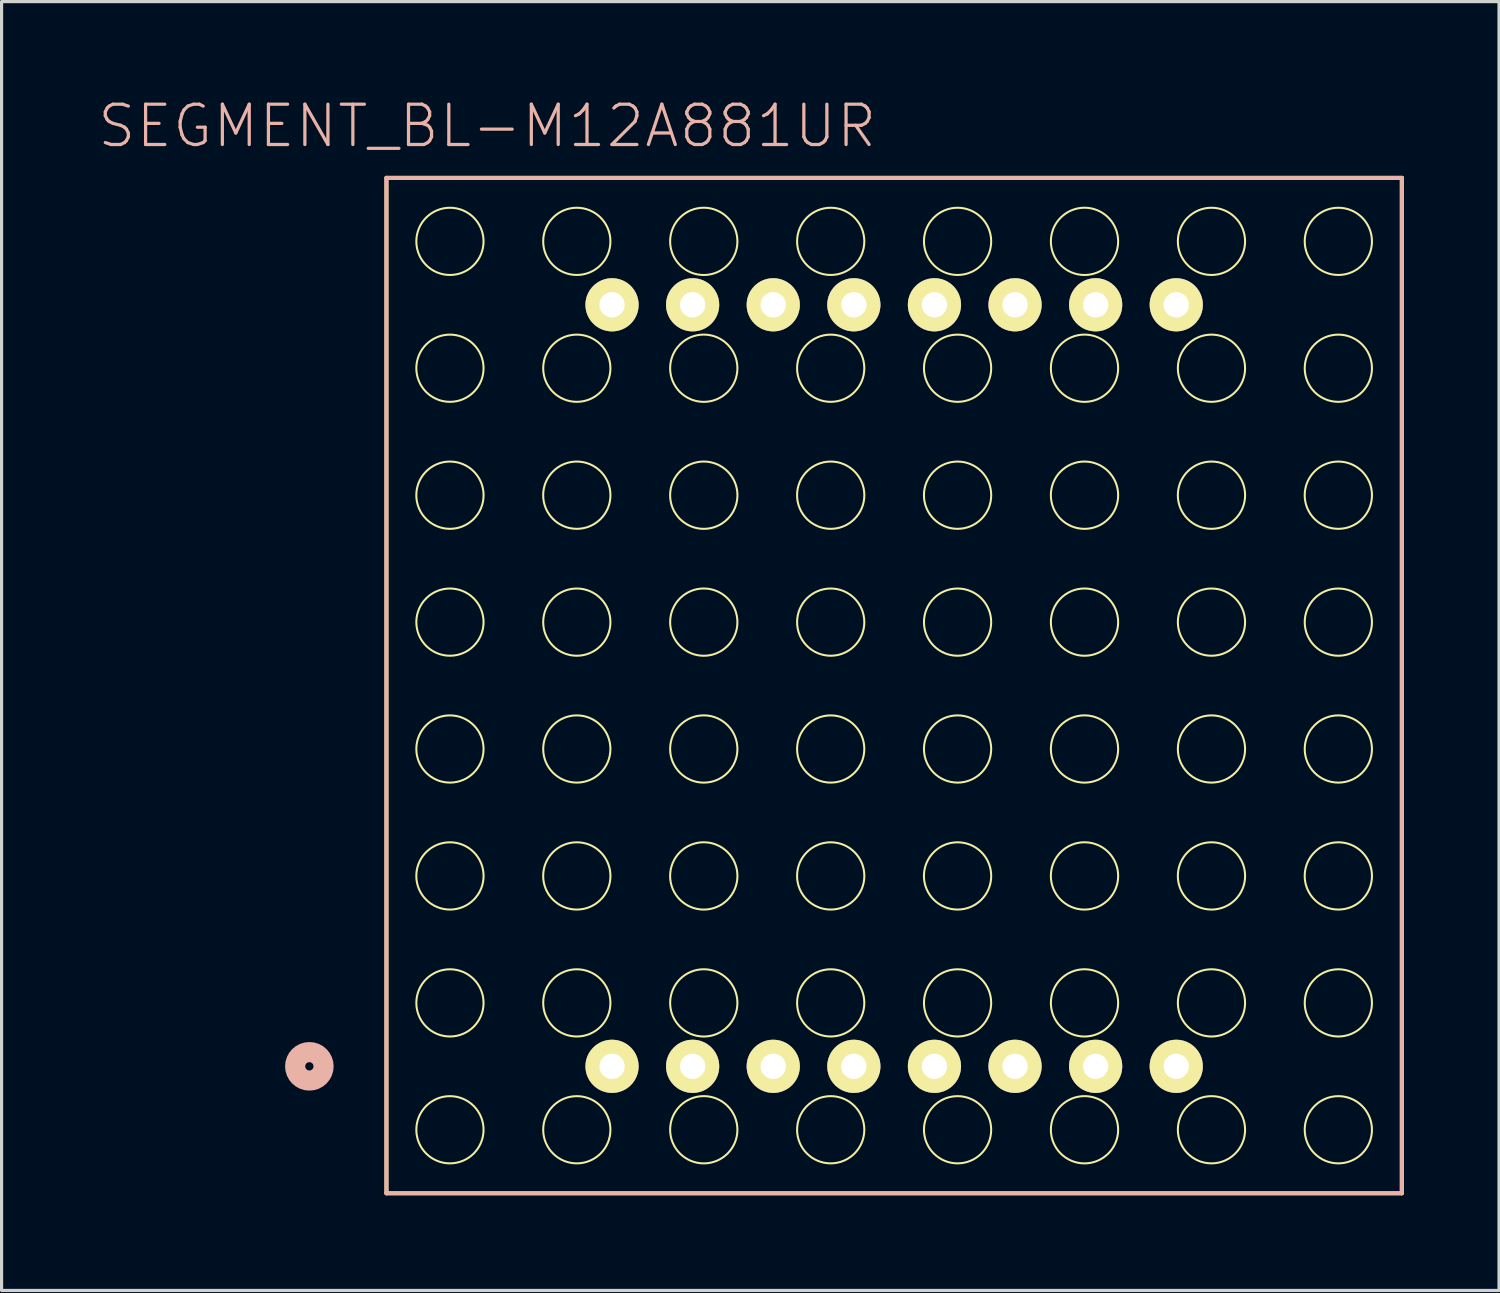
<source format=kicad_pcb>
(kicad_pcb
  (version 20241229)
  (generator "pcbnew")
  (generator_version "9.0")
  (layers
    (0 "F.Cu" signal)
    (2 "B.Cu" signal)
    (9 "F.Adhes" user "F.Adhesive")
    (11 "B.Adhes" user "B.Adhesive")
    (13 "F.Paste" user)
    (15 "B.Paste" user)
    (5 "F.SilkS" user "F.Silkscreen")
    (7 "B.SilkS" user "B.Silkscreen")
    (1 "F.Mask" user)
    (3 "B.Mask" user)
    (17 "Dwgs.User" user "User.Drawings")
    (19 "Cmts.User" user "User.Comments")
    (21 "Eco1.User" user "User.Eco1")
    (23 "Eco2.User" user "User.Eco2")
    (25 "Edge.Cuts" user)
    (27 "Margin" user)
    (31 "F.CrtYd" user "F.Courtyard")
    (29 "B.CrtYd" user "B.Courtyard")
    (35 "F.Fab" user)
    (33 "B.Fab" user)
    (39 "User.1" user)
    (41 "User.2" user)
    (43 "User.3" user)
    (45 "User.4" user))
  (footprint "SEGMENT_BL-M12A881UR"
    (layer "F.Cu")
    (at 25.127 18.554)
    (property "Reference" "SEGMENT_BL-M12A881UR" (at -12.824 -17.633 0) (layer "B.SilkS") (effects (font (size 1.27 1.27) (thickness 0.102))))
    (attr exclude_from_pos_files exclude_from_bom)
    (fp_line (start -15.999 -15.999) (end 15.999 -15.999) (stroke (width 0.127) (type solid)) (layer "F.SilkS"))
    (fp_line (start -15.999 15.999) (end -15.999 -15.999) (stroke (width 0.127) (type solid)) (layer "F.SilkS"))
    (fp_line (start 15.999 -15.999) (end 15.999 15.999) (stroke (width 0.127) (type solid)) (layer "F.SilkS"))
    (fp_line (start 15.999 15.999) (end -15.999 15.999) (stroke (width 0.127) (type solid)) (layer "F.SilkS"))
    (fp_circle (center -13.998 -13.998) (end -14.747 -14.747) (stroke (width 0.064) (type solid)) (fill no) (layer "F.SilkS"))
    (fp_circle (center -13.998 -10) (end -14.747 -10.749) (stroke (width 0.064) (type solid)) (fill no) (layer "F.SilkS"))
    (fp_circle (center -13.998 -5.999) (end -14.747 -6.749) (stroke (width 0.064) (type solid)) (fill no) (layer "F.SilkS"))
    (fp_circle (center -13.998 -1.999) (end -14.747 -2.748) (stroke (width 0.064) (type solid)) (fill no) (layer "F.SilkS"))
    (fp_circle (center -13.998 1.999) (end -14.747 2.748) (stroke (width 0.064) (type solid)) (fill no) (layer "F.SilkS"))
    (fp_circle (center -13.998 5.999) (end -14.747 6.749) (stroke (width 0.064) (type solid)) (fill no) (layer "F.SilkS"))
    (fp_circle (center -13.998 10) (end -14.747 10.749) (stroke (width 0.064) (type solid)) (fill no) (layer "F.SilkS"))
    (fp_circle (center -13.998 13.998) (end -14.747 14.747) (stroke (width 0.064) (type solid)) (fill no) (layer "F.SilkS"))
    (fp_circle (center -10 -13.998) (end -10.749 -14.747) (stroke (width 0.064) (type solid)) (fill no) (layer "F.SilkS"))
    (fp_circle (center -10 -10) (end -10.749 -10.749) (stroke (width 0.064) (type solid)) (fill no) (layer "F.SilkS"))
    (fp_circle (center -10 -5.999) (end -10.749 -6.749) (stroke (width 0.064) (type solid)) (fill no) (layer "F.SilkS"))
    (fp_circle (center -10 -1.999) (end -10.749 -2.748) (stroke (width 0.064) (type solid)) (fill no) (layer "F.SilkS"))
    (fp_circle (center -10 1.999) (end -10.749 2.748) (stroke (width 0.064) (type solid)) (fill no) (layer "F.SilkS"))
    (fp_circle (center -10 5.999) (end -10.749 6.749) (stroke (width 0.064) (type solid)) (fill no) (layer "F.SilkS"))
    (fp_circle (center -10 10) (end -10.749 10.749) (stroke (width 0.064) (type solid)) (fill no) (layer "F.SilkS"))
    (fp_circle (center -10 13.998) (end -10.749 14.747) (stroke (width 0.064) (type solid)) (fill no) (layer "F.SilkS"))
    (fp_circle (center -5.999 -13.998) (end -6.749 -14.747) (stroke (width 0.064) (type solid)) (fill no) (layer "F.SilkS"))
    (fp_circle (center -5.999 -10) (end -6.749 -10.749) (stroke (width 0.064) (type solid)) (fill no) (layer "F.SilkS"))
    (fp_circle (center -5.999 -5.999) (end -6.749 -6.749) (stroke (width 0.064) (type solid)) (fill no) (layer "F.SilkS"))
    (fp_circle (center -5.999 -1.999) (end -6.749 -2.748) (stroke (width 0.064) (type solid)) (fill no) (layer "F.SilkS"))
    (fp_circle (center -5.999 1.999) (end -6.749 2.748) (stroke (width 0.064) (type solid)) (fill no) (layer "F.SilkS"))
    (fp_circle (center -5.999 5.999) (end -6.749 6.749) (stroke (width 0.064) (type solid)) (fill no) (layer "F.SilkS"))
    (fp_circle (center -5.999 10) (end -6.749 10.749) (stroke (width 0.064) (type solid)) (fill no) (layer "F.SilkS"))
    (fp_circle (center -5.999 13.998) (end -6.749 14.747) (stroke (width 0.064) (type solid)) (fill no) (layer "F.SilkS"))
    (fp_circle (center -1.999 -13.998) (end -2.748 -14.747) (stroke (width 0.064) (type solid)) (fill no) (layer "F.SilkS"))
    (fp_circle (center -1.999 -10) (end -2.748 -10.749) (stroke (width 0.064) (type solid)) (fill no) (layer "F.SilkS"))
    (fp_circle (center -1.999 -5.999) (end -2.748 -6.749) (stroke (width 0.064) (type solid)) (fill no) (layer "F.SilkS"))
    (fp_circle (center -1.999 -1.999) (end -2.748 -2.748) (stroke (width 0.064) (type solid)) (fill no) (layer "F.SilkS"))
    (fp_circle (center -1.999 1.999) (end -2.748 2.748) (stroke (width 0.064) (type solid)) (fill no) (layer "F.SilkS"))
    (fp_circle (center -1.999 5.999) (end -2.748 6.749) (stroke (width 0.064) (type solid)) (fill no) (layer "F.SilkS"))
    (fp_circle (center -1.999 10) (end -2.748 10.749) (stroke (width 0.064) (type solid)) (fill no) (layer "F.SilkS"))
    (fp_circle (center -1.999 13.998) (end -2.748 14.747) (stroke (width 0.064) (type solid)) (fill no) (layer "F.SilkS"))
    (fp_circle (center 1.999 -13.998) (end 2.748 -14.747) (stroke (width 0.064) (type solid)) (fill no) (layer "F.SilkS"))
    (fp_circle (center 1.999 -10) (end 2.748 -10.749) (stroke (width 0.064) (type solid)) (fill no) (layer "F.SilkS"))
    (fp_circle (center 1.999 -5.999) (end 2.748 -6.749) (stroke (width 0.064) (type solid)) (fill no) (layer "F.SilkS"))
    (fp_circle (center 1.999 -1.999) (end 2.748 -2.748) (stroke (width 0.064) (type solid)) (fill no) (layer "F.SilkS"))
    (fp_circle (center 1.999 1.999) (end 2.748 2.748) (stroke (width 0.064) (type solid)) (fill no) (layer "F.SilkS"))
    (fp_circle (center 1.999 5.999) (end 2.748 6.749) (stroke (width 0.064) (type solid)) (fill no) (layer "F.SilkS"))
    (fp_circle (center 1.999 10) (end 2.748 10.749) (stroke (width 0.064) (type solid)) (fill no) (layer "F.SilkS"))
    (fp_circle (center 1.999 13.998) (end 2.748 14.747) (stroke (width 0.064) (type solid)) (fill no) (layer "F.SilkS"))
    (fp_circle (center 5.999 -13.998) (end 6.749 -14.747) (stroke (width 0.064) (type solid)) (fill no) (layer "F.SilkS"))
    (fp_circle (center 5.999 -10) (end 6.749 -10.749) (stroke (width 0.064) (type solid)) (fill no) (layer "F.SilkS"))
    (fp_circle (center 5.999 -5.999) (end 6.749 -6.749) (stroke (width 0.064) (type solid)) (fill no) (layer "F.SilkS"))
    (fp_circle (center 5.999 -1.999) (end 6.749 -2.748) (stroke (width 0.064) (type solid)) (fill no) (layer "F.SilkS"))
    (fp_circle (center 5.999 1.999) (end 6.749 2.748) (stroke (width 0.064) (type solid)) (fill no) (layer "F.SilkS"))
    (fp_circle (center 5.999 5.999) (end 6.749 6.749) (stroke (width 0.064) (type solid)) (fill no) (layer "F.SilkS"))
    (fp_circle (center 5.999 10) (end 6.749 10.749) (stroke (width 0.064) (type solid)) (fill no) (layer "F.SilkS"))
    (fp_circle (center 5.999 13.998) (end 6.749 14.747) (stroke (width 0.064) (type solid)) (fill no) (layer "F.SilkS"))
    (fp_circle (center 10 -13.998) (end 10.749 -14.747) (stroke (width 0.064) (type solid)) (fill no) (layer "F.SilkS"))
    (fp_circle (center 10 -10) (end 10.749 -10.749) (stroke (width 0.064) (type solid)) (fill no) (layer "F.SilkS"))
    (fp_circle (center 10 -5.999) (end 10.749 -6.749) (stroke (width 0.064) (type solid)) (fill no) (layer "F.SilkS"))
    (fp_circle (center 10 -1.999) (end 10.749 -2.748) (stroke (width 0.064) (type solid)) (fill no) (layer "F.SilkS"))
    (fp_circle (center 10 1.999) (end 10.749 2.748) (stroke (width 0.064) (type solid)) (fill no) (layer "F.SilkS"))
    (fp_circle (center 10 5.999) (end 10.749 6.749) (stroke (width 0.064) (type solid)) (fill no) (layer "F.SilkS"))
    (fp_circle (center 10 10) (end 10.749 10.749) (stroke (width 0.064) (type solid)) (fill no) (layer "F.SilkS"))
    (fp_circle (center 10 13.998) (end 10.749 14.747) (stroke (width 0.064) (type solid)) (fill no) (layer "F.SilkS"))
    (fp_circle (center 13.998 -13.998) (end 14.747 -14.747) (stroke (width 0.064) (type solid)) (fill no) (layer "F.SilkS"))
    (fp_circle (center 13.998 -10) (end 14.747 -10.749) (stroke (width 0.064) (type solid)) (fill no) (layer "F.SilkS"))
    (fp_circle (center 13.998 -5.999) (end 14.747 -6.749) (stroke (width 0.064) (type solid)) (fill no) (layer "F.SilkS"))
    (fp_circle (center 13.998 -1.999) (end 14.747 -2.748) (stroke (width 0.064) (type solid)) (fill no) (layer "F.SilkS"))
    (fp_circle (center 13.998 1.999) (end 14.747 2.748) (stroke (width 0.064) (type solid)) (fill no) (layer "F.SilkS"))
    (fp_circle (center 13.998 5.999) (end 14.747 6.749) (stroke (width 0.064) (type solid)) (fill no) (layer "F.SilkS"))
    (fp_circle (center 13.998 10) (end 14.747 10.749) (stroke (width 0.064) (type solid)) (fill no) (layer "F.SilkS"))
    (fp_circle (center 13.998 13.998) (end 14.747 14.747) (stroke (width 0.064) (type solid)) (fill no) (layer "F.SilkS"))
    (fp_line (start -15.999 -15.999) (end 15.999 -15.999) (stroke (width 0.127) (type solid)) (layer "B.SilkS"))
    (fp_line (start -15.999 15.999) (end -15.999 -15.999) (stroke (width 0.127) (type solid)) (layer "B.SilkS"))
    (fp_line (start 15.999 -15.999) (end 15.999 15.999) (stroke (width 0.127) (type solid)) (layer "B.SilkS"))
    (fp_line (start 15.999 15.999) (end -15.999 15.999) (stroke (width 0.127) (type solid)) (layer "B.SilkS"))
    (fp_circle (center -18.428 11.999) (end -18.745 12.316) (stroke (width 0.635) (type solid)) (fill no) (layer "B.SilkS"))
    (pad "1" thru_hole circle (at -8.89 11.999) (size 1.676 1.676) (drill 0.798) (layers "*.Cu" "F.Mask" "F.SilkS" "F.Paste"))
    (pad "2" thru_hole circle (at -6.35 11.999) (size 1.676 1.676) (drill 0.798) (layers "*.Cu" "F.Mask" "F.SilkS" "F.Paste"))
    (pad "3" thru_hole circle (at -3.81 11.999) (size 1.676 1.676) (drill 0.798) (layers "*.Cu" "F.Mask" "F.SilkS" "F.Paste"))
    (pad "4" thru_hole circle (at -1.27 11.999) (size 1.676 1.676) (drill 0.798) (layers "*.Cu" "F.Mask" "F.SilkS" "F.Paste"))
    (pad "5" thru_hole circle (at 1.27 11.999) (size 1.676 1.676) (drill 0.798) (layers "*.Cu" "F.Mask" "F.SilkS" "F.Paste"))
    (pad "6" thru_hole circle (at 3.81 11.999) (size 1.676 1.676) (drill 0.798) (layers "*.Cu" "F.Mask" "F.SilkS" "F.Paste"))
    (pad "7" thru_hole circle (at 6.35 11.999) (size 1.676 1.676) (drill 0.798) (layers "*.Cu" "F.Mask" "F.SilkS" "F.Paste"))
    (pad "8" thru_hole circle (at 8.89 11.999) (size 1.676 1.676) (drill 0.798) (layers "*.Cu" "F.Mask" "F.SilkS" "F.Paste"))
    (pad "9" thru_hole circle (at 8.89 -11.999) (size 1.676 1.676) (drill 0.798) (layers "*.Cu" "F.Mask" "F.SilkS" "F.Paste"))
    (pad "10" thru_hole circle (at 6.35 -11.999) (size 1.676 1.676) (drill 0.798) (layers "*.Cu" "F.Mask" "F.SilkS" "F.Paste"))
    (pad "11" thru_hole circle (at 3.81 -11.999) (size 1.676 1.676) (drill 0.798) (layers "*.Cu" "F.Mask" "F.SilkS" "F.Paste"))
    (pad "12" thru_hole circle (at 1.27 -11.999) (size 1.676 1.676) (drill 0.798) (layers "*.Cu" "F.Mask" "F.SilkS" "F.Paste"))
    (pad "13" thru_hole circle (at -1.27 -11.999) (size 1.676 1.676) (drill 0.798) (layers "*.Cu" "F.Mask" "F.SilkS" "F.Paste"))
    (pad "14" thru_hole circle (at -3.81 -11.999) (size 1.676 1.676) (drill 0.798) (layers "*.Cu" "F.Mask" "F.SilkS" "F.Paste"))
    (pad "15" thru_hole circle (at -6.35 -11.999) (size 1.676 1.676) (drill 0.798) (layers "*.Cu" "F.Mask" "F.SilkS" "F.Paste"))
    (pad "16" thru_hole circle (at -8.89 -11.999) (size 1.676 1.676) (drill 0.798) (layers "*.Cu" "F.Mask" "F.SilkS" "F.Paste")))
  (gr_rect
    (start -3 -3)
    (end 44.189 37.617)
    (stroke (width 0.1) (type default))
    (fill no)
    (layer "Edge.Cuts")))
</source>
